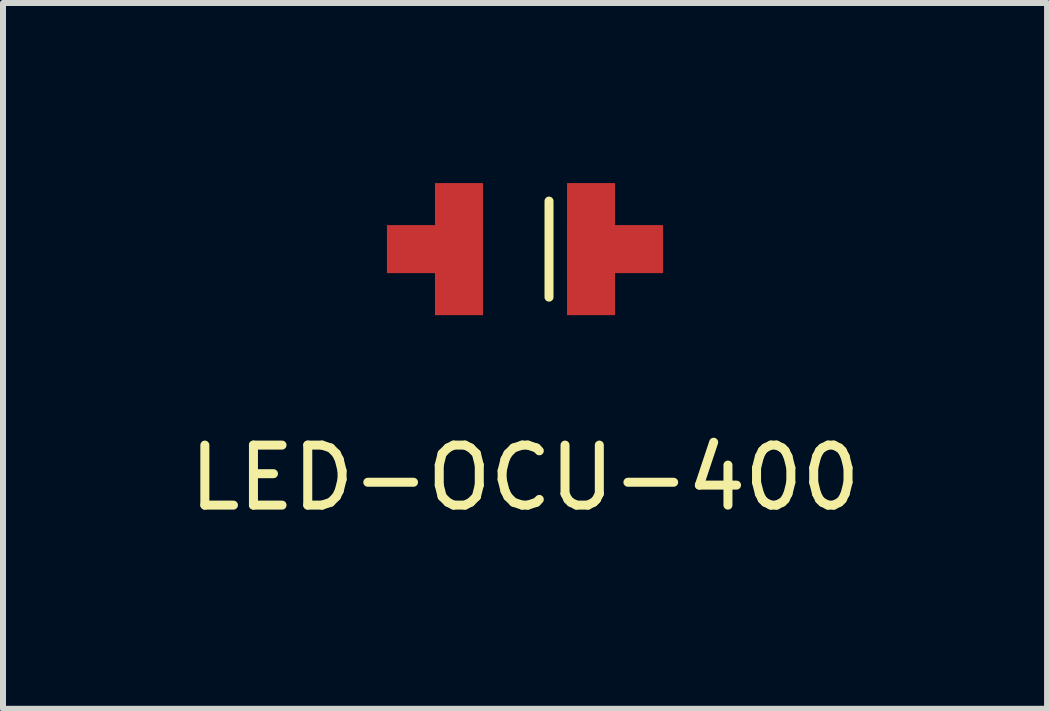
<source format=kicad_pcb>
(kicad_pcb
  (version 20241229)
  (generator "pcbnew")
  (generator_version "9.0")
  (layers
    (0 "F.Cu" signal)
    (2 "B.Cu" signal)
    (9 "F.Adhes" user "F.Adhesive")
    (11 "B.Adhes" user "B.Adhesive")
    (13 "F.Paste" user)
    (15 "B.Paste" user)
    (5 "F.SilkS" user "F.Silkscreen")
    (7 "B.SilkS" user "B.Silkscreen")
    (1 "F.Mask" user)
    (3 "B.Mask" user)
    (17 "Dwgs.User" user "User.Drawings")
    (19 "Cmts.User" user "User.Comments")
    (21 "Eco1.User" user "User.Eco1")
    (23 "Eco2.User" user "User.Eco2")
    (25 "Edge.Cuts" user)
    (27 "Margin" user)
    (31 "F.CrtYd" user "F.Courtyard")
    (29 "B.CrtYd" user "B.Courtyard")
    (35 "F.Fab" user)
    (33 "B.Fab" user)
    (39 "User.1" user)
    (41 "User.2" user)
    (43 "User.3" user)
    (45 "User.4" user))
  (footprint "LED-OCU-400"
    (layer "F.Cu")
    (at 5.696 1.1)
    (property "Reference" "LED-OCU-400" (at 0 3.81 0) (layer "F.SilkS") (effects (font (size 1 1) (thickness 0.15))))
    (attr through_hole)
    (fp_line (start 0.4 -0.8) (end 0.4 0.8) (stroke (width 0.15) (type solid)) (layer "F.SilkS"))
    (pad "1" smd rect (at 1.1 0) (size 0.8 2.2) (layers "F.Cu" "F.Mask" "F.Paste"))
    (pad "1" smd rect (at 1.5 0) (size 1.6 0.8) (layers "F.Cu" "F.Mask" "F.Paste"))
    (pad "2" smd rect (at -1.5 0 180) (size 1.6 0.8) (layers "F.Cu" "F.Mask" "F.Paste"))
    (pad "2" smd rect (at -1.1 0 180) (size 0.8 2.2) (layers "F.Cu" "F.Mask" "F.Paste")))
  (gr_rect
    (start -3 -3)
    (end 14.393 8.758)
    (stroke (width 0.1) (type default))
    (fill no)
    (layer "Edge.Cuts")))
</source>
